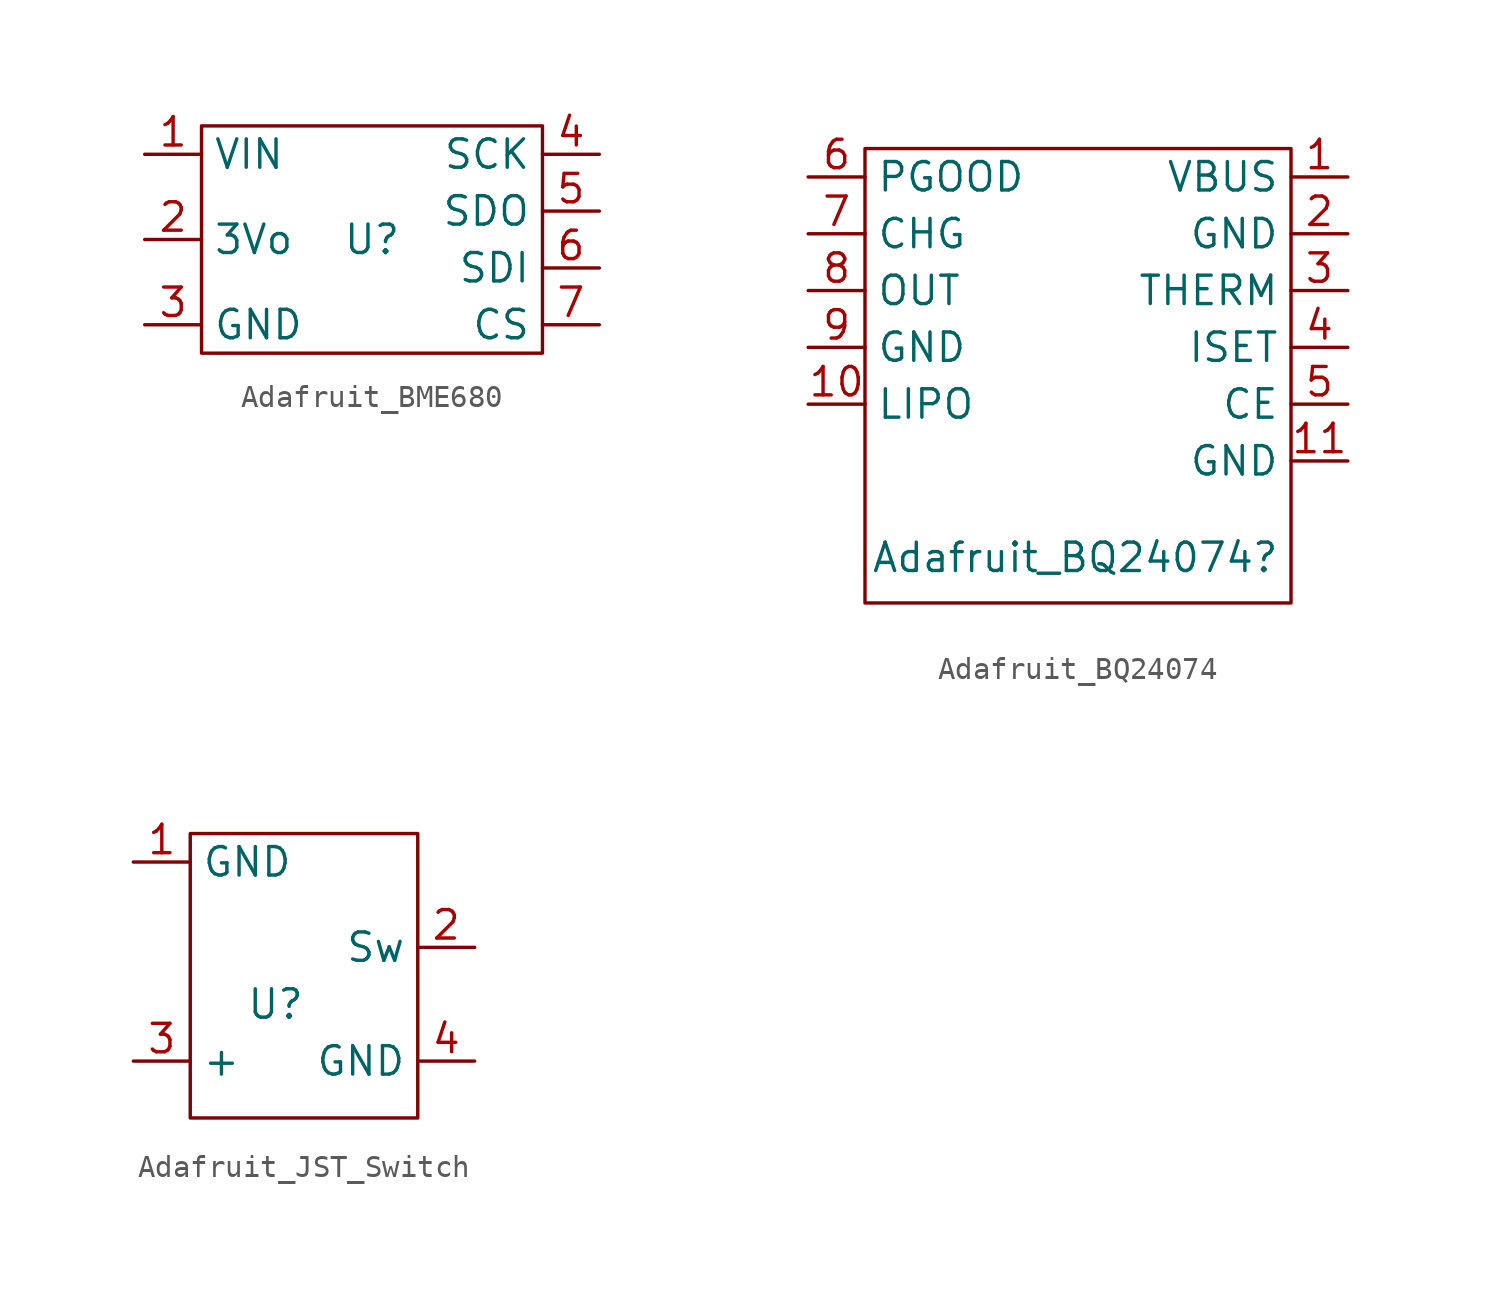
<source format=kicad_sym>
(kicad_symbol_lib
  (version 20231120)
  (generator "kicad_symbol_editor")
  (generator_version "8.0")
  (symbol "Adafruit_BME680"
    (property "Reference" "U"
      (at 0 0 0)
      (effects (font (size 1.27 1.27))))
    (property "Value" ""
      (at 0 0 0)
      (effects (font (size 1.27 1.27))))
    (symbol "Adafruit_BME680_0_1"
      (rectangle (start -7.62 5.08) (end 7.62 -5.08) (stroke (width 0) (type default)) (fill (type none))))
    (symbol "Adafruit_BME680_1_1"
      (pin input line (at -10.16 3.81 0) (length 2.54) (name "VIN" (effects (font (size 1.27 1.27)))) (number "1" (effects (font (size 1.27 1.27)))))
      (pin input line (at -10.16 0 0) (length 2.54) (name "3Vo" (effects (font (size 1.27 1.27)))) (number "2" (effects (font (size 1.27 1.27)))))
      (pin input line (at -10.16 -3.81 0) (length 2.54) (name "GND" (effects (font (size 1.27 1.27)))) (number "3" (effects (font (size 1.27 1.27)))))
      (pin input line (at 10.16 3.81 180) (length 2.54) (name "SCK" (effects (font (size 1.27 1.27)))) (number "4" (effects (font (size 1.27 1.27)))))
      (pin output line (at 10.16 1.27 180) (length 2.54) (name "SDO" (effects (font (size 1.27 1.27)))) (number "5" (effects (font (size 1.27 1.27)))))
      (pin input line (at 10.16 -1.27 180) (length 2.54) (name "SDI" (effects (font (size 1.27 1.27)))) (number "6" (effects (font (size 1.27 1.27)))))
      (pin input line (at 10.16 -3.81 180) (length 2.54) (name "CS" (effects (font (size 1.27 1.27)))) (number "7" (effects (font (size 1.27 1.27)))))))
  (symbol "Adafruit_BQ24074"
    (property "Reference" "Adafruit_BQ24074"
      (at -0.762 -9.398 0)
      (effects (font (size 1.27 1.27))))
    (property "Value" ""
      (at -5.08 6.35 0)
      (effects (font (size 1.27 1.27))))
    (symbol "Adafruit_BQ24074_0_1"
      (rectangle (start -10.16 8.89) (end 8.89 -11.43) (stroke (width 0) (type default)) (fill (type none))))
    (symbol "Adafruit_BQ24074_1_1"
      (pin input line (at 11.43 7.62 180) (length 2.54) (name "VBUS" (effects (font (size 1.27 1.27)))) (number "1" (effects (font (size 1.27 1.27)))))
      (pin input line (at -12.7 -2.54 0) (length 2.54) (name "LIPO" (effects (font (size 1.27 1.27)))) (number "10" (effects (font (size 1.27 1.27)))))
      (pin input line (at 11.43 -5.08 180) (length 2.54) (name "GND" (effects (font (size 1.27 1.27)))) (number "11" (effects (font (size 1.27 1.27)))))
      (pin input line (at 11.43 5.08 180) (length 2.54) (name "GND" (effects (font (size 1.27 1.27)))) (number "2" (effects (font (size 1.27 1.27)))))
      (pin input line (at 11.43 2.54 180) (length 2.54) (name "THERM" (effects (font (size 1.27 1.27)))) (number "3" (effects (font (size 1.27 1.27)))))
      (pin input line (at 11.43 0 180) (length 2.54) (name "ISET" (effects (font (size 1.27 1.27)))) (number "4" (effects (font (size 1.27 1.27)))))
      (pin input line (at 11.43 -2.54 180) (length 2.54) (name "CE" (effects (font (size 1.27 1.27)))) (number "5" (effects (font (size 1.27 1.27)))))
      (pin output line (at -12.7 7.62 0) (length 2.54) (name "PGOOD" (effects (font (size 1.27 1.27)))) (number "6" (effects (font (size 1.27 1.27)))))
      (pin output line (at -12.7 5.08 0) (length 2.54) (name "CHG" (effects (font (size 1.27 1.27)))) (number "7" (effects (font (size 1.27 1.27)))))
      (pin output line (at -12.7 2.54 0) (length 2.54) (name "OUT" (effects (font (size 1.27 1.27)))) (number "8" (effects (font (size 1.27 1.27)))))
      (pin input line (at -12.7 0 0) (length 2.54) (name "GND" (effects (font (size 1.27 1.27)))) (number "9" (effects (font (size 1.27 1.27)))))))
  (symbol "Adafruit_JST_Switch"
    (property "Reference" "U"
      (at 1.27 -3.81 0)
      (effects (font (size 1.27 1.27))))
    (property "Value" ""
      (at 0 0 0)
      (effects (font (size 1.27 1.27))))
    (symbol "Adafruit_JST_Switch_0_1"
      (rectangle (start -2.54 3.81) (end 7.62 -8.89) (stroke (width 0) (type default)) (fill (type none))))
    (symbol "Adafruit_JST_Switch_1_1"
      (pin input line (at -5.08 2.54 0) (length 2.54) (name "GND" (effects (font (size 1.27 1.27)))) (number "1" (effects (font (size 1.27 1.27)))))
      (pin input line (at 10.16 -1.27 180) (length 2.54) (name "Sw" (effects (font (size 1.27 1.27)))) (number "2" (effects (font (size 1.27 1.27)))))
      (pin input line (at -5.08 -6.35 0) (length 2.54) (name "+" (effects (font (size 1.27 1.27)))) (number "3" (effects (font (size 1.27 1.27)))))
      (pin input line (at 10.16 -6.35 180) (length 2.54) (name "GND" (effects (font (size 1.27 1.27)))) (number "4" (effects (font (size 1.27 1.27))))))))
</source>
